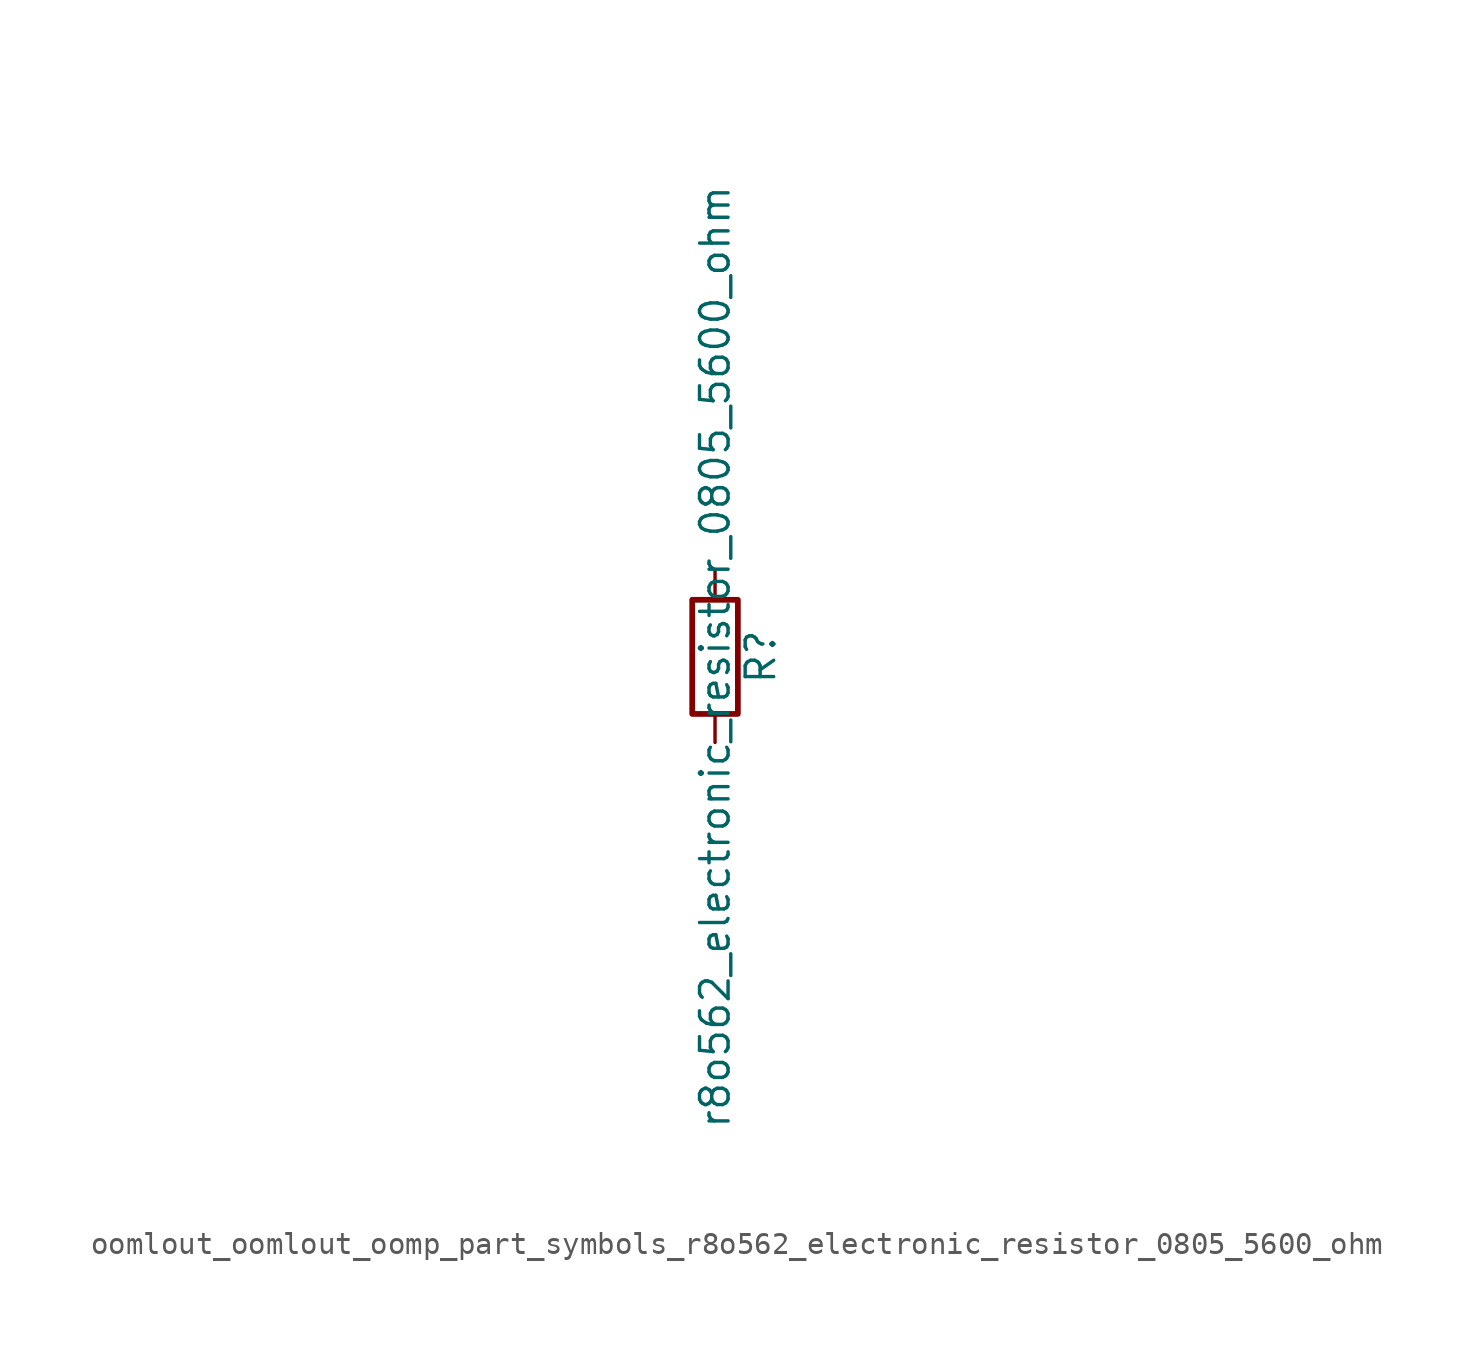
<source format=kicad_sym>
(kicad_symbol_lib
  (version 20220914)
  (generator kicad_symbol_editor)
  (symbol "oomlout_oomlout_oomp_part_symbols_r8o562_electronic_resistor_0805_5600_ohm"
    (pin_numbers hide)
    (pin_names
      (offset 0))
    (property "Reference" "R"
      (at 2.032 0 90)
      (effects (font (size 1.27 1.27))))
    (property "Value" "r8o562_electronic_resistor_0805_5600_ohm"
      (at 0 0 90)
      (effects (font (size 1.27 1.27))))
    (symbol "oomlout_oomlout_oomp_part_symbols_r8o562_electronic_resistor_0805_5600_ohm_0_1"
      (rectangle (start -1.016 -2.54) (end 1.016 2.54) (stroke (width 0.254) (type default)) (fill (type none))))
    (symbol "oomlout_oomlout_oomp_part_symbols_r8o562_electronic_resistor_0805_5600_ohm_1_1"
      (pin passive line (at 0 3.81 270) (length 1.27) (name "~" (effects (font (size 1.27 1.27)))) (number "1" (effects (font (size 1.27 1.27)))))
      (pin passive line (at 0 -3.81 90) (length 1.27) (name "~" (effects (font (size 1.27 1.27)))) (number "2" (effects (font (size 1.27 1.27))))))))
</source>
